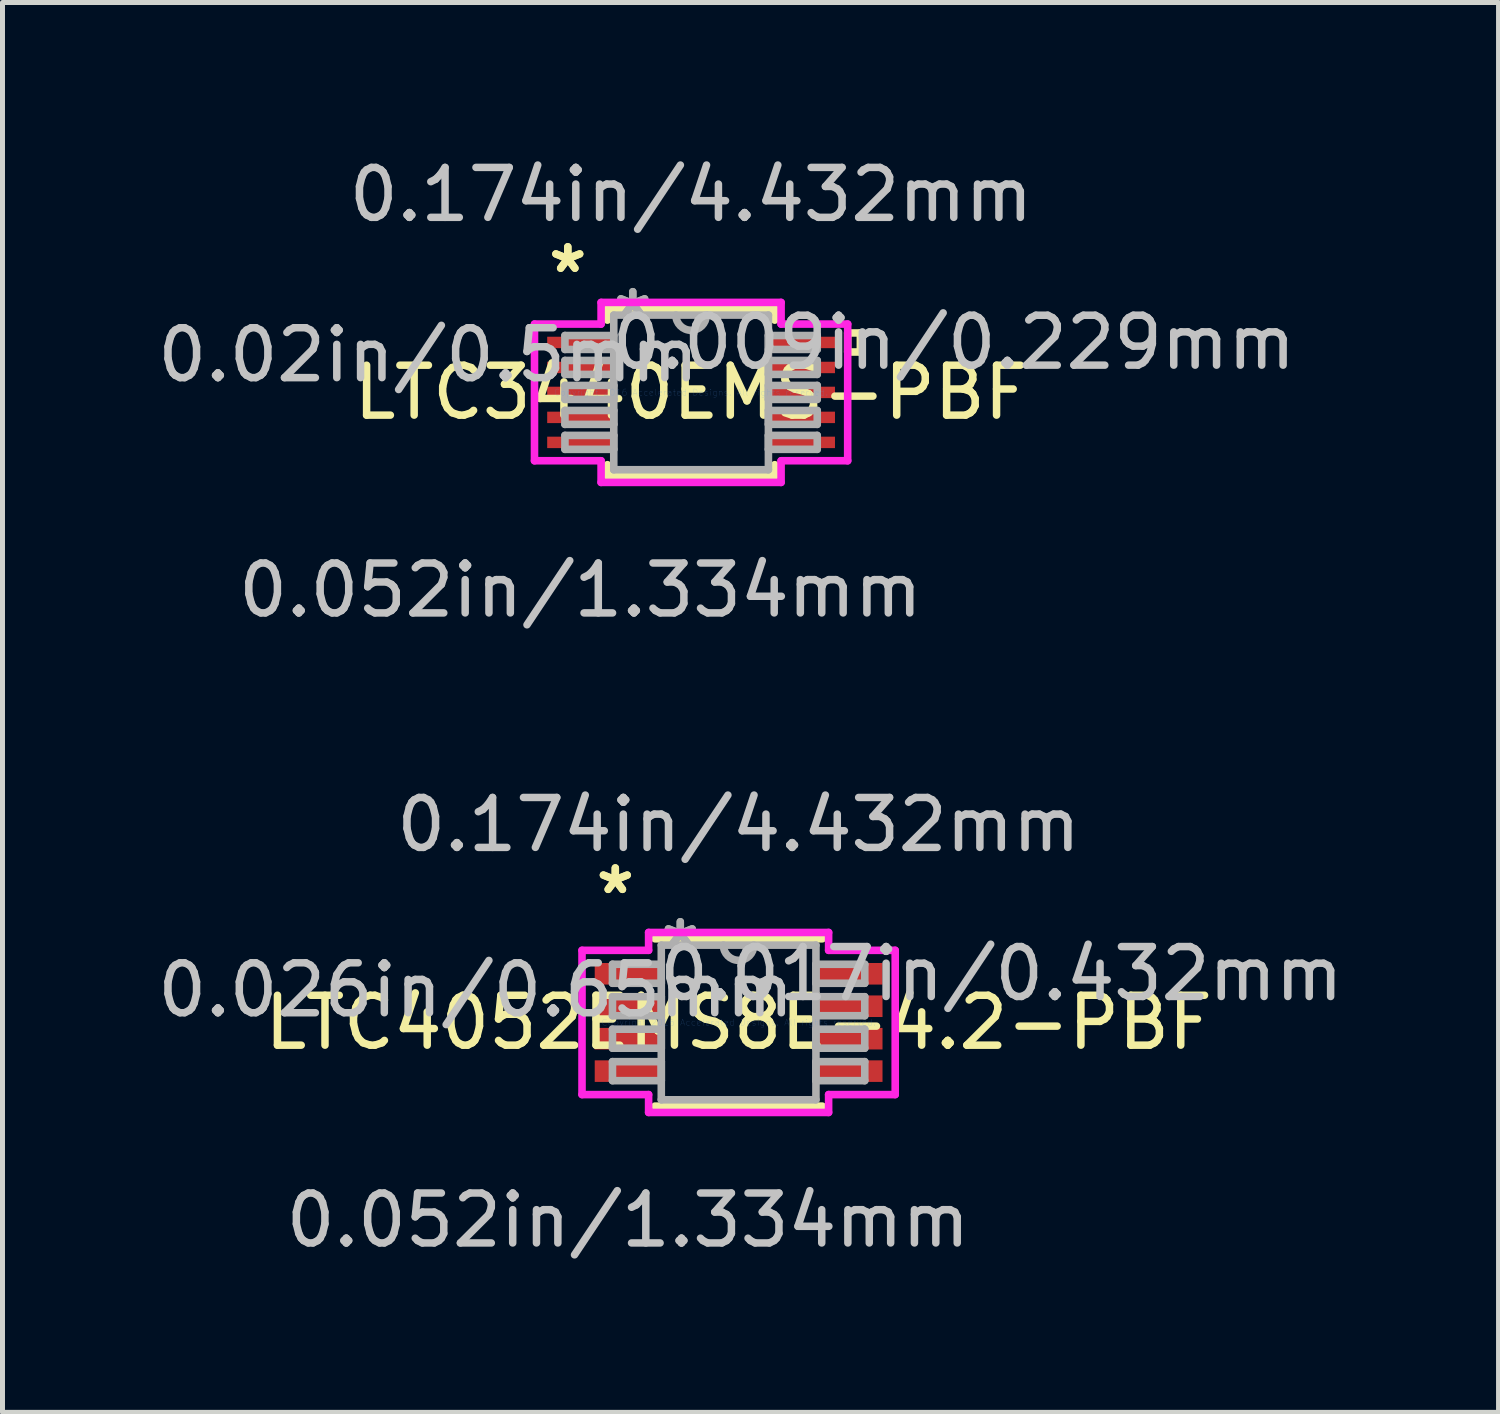
<source format=kicad_pcb>
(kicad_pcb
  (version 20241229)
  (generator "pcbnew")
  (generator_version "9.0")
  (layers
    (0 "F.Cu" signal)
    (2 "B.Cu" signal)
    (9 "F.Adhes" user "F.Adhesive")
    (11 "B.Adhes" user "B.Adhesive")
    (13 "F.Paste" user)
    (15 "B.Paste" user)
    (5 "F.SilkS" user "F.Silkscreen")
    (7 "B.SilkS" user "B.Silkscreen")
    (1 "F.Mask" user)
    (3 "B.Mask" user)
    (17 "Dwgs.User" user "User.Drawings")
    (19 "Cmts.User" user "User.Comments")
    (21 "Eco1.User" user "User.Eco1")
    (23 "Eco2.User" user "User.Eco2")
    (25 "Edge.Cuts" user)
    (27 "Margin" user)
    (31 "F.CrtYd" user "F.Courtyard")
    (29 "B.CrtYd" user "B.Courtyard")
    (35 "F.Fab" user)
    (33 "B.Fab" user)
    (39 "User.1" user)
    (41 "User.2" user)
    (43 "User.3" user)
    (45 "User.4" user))
  (footprint "LTC3440EMS-PBF"
    (layer "F.Cu")
    (at 10.794 4.811)
    (property "Reference" "LTC3440EMS-PBF" (at 0 0 0) (layer "F.SilkS") (effects (font (size 1 1) (thickness 0.15))))
    (attr through_hole)
    (fp_line (start -1.676 -1.676) (end -1.676 -1.448) (stroke (width 0.152) (type solid)) (layer "F.SilkS"))
    (fp_line (start -1.676 1.448) (end -1.676 1.676) (stroke (width 0.152) (type solid)) (layer "F.SilkS"))
    (fp_line (start -1.676 1.676) (end 1.676 1.676) (stroke (width 0.152) (type solid)) (layer "F.SilkS"))
    (fp_line (start 1.676 -1.676) (end -1.676 -1.676) (stroke (width 0.152) (type solid)) (layer "F.SilkS"))
    (fp_line (start 1.676 -1.448) (end 1.676 -1.676) (stroke (width 0.152) (type solid)) (layer "F.SilkS"))
    (fp_line (start 1.676 1.676) (end 1.676 1.448) (stroke (width 0.152) (type solid)) (layer "F.SilkS"))
    (fp_line (start 3.137 -1.191) (end 3.391 -1.191) (stroke (width 0.152) (type solid)) (layer "F.SilkS"))
    (fp_line (start 3.137 -0.81) (end 3.137 -1.191) (stroke (width 0.152) (type solid)) (layer "F.SilkS"))
    (fp_line (start 3.391 -1.191) (end 3.391 -0.81) (stroke (width 0.152) (type solid)) (layer "F.SilkS"))
    (fp_line (start 3.391 -0.81) (end 3.137 -0.81) (stroke (width 0.152) (type solid)) (layer "F.SilkS"))
    (fp_line (start -3.137 -1.369) (end -1.803 -1.369) (stroke (width 0.152) (type solid)) (layer "F.CrtYd"))
    (fp_line (start -3.137 1.369) (end -3.137 -1.369) (stroke (width 0.152) (type solid)) (layer "F.CrtYd"))
    (fp_line (start -1.803 -1.803) (end 1.803 -1.803) (stroke (width 0.152) (type solid)) (layer "F.CrtYd"))
    (fp_line (start -1.803 -1.369) (end -1.803 -1.803) (stroke (width 0.152) (type solid)) (layer "F.CrtYd"))
    (fp_line (start -1.803 1.369) (end -3.137 1.369) (stroke (width 0.152) (type solid)) (layer "F.CrtYd"))
    (fp_line (start -1.803 1.803) (end -1.803 1.369) (stroke (width 0.152) (type solid)) (layer "F.CrtYd"))
    (fp_line (start 1.803 -1.803) (end 1.803 -1.369) (stroke (width 0.152) (type solid)) (layer "F.CrtYd"))
    (fp_line (start 1.803 -1.369) (end 3.137 -1.369) (stroke (width 0.152) (type solid)) (layer "F.CrtYd"))
    (fp_line (start 1.803 1.369) (end 1.803 1.803) (stroke (width 0.152) (type solid)) (layer "F.CrtYd"))
    (fp_line (start 1.803 1.803) (end -1.803 1.803) (stroke (width 0.152) (type solid)) (layer "F.CrtYd"))
    (fp_line (start 3.137 -1.369) (end 3.137 1.369) (stroke (width 0.152) (type solid)) (layer "F.CrtYd"))
    (fp_line (start 3.137 1.369) (end 1.803 1.369) (stroke (width 0.152) (type solid)) (layer "F.CrtYd"))
    (fp_line (start -2.527 -1.14) (end -2.527 -0.861) (stroke (width 0.152) (type solid)) (layer "F.Fab"))
    (fp_line (start -2.527 -0.861) (end -1.549 -0.861) (stroke (width 0.152) (type solid)) (layer "F.Fab"))
    (fp_line (start -2.527 -0.64) (end -2.527 -0.361) (stroke (width 0.152) (type solid)) (layer "F.Fab"))
    (fp_line (start -2.527 -0.361) (end -1.549 -0.361) (stroke (width 0.152) (type solid)) (layer "F.Fab"))
    (fp_line (start -2.527 -0.14) (end -2.527 0.14) (stroke (width 0.152) (type solid)) (layer "F.Fab"))
    (fp_line (start -2.527 0.14) (end -1.549 0.14) (stroke (width 0.152) (type solid)) (layer "F.Fab"))
    (fp_line (start -2.527 0.361) (end -2.527 0.64) (stroke (width 0.152) (type solid)) (layer "F.Fab"))
    (fp_line (start -2.527 0.64) (end -1.549 0.64) (stroke (width 0.152) (type solid)) (layer "F.Fab"))
    (fp_line (start -2.527 0.861) (end -2.527 1.14) (stroke (width 0.152) (type solid)) (layer "F.Fab"))
    (fp_line (start -2.527 1.14) (end -1.549 1.14) (stroke (width 0.152) (type solid)) (layer "F.Fab"))
    (fp_line (start -1.549 -1.549) (end -1.549 1.549) (stroke (width 0.152) (type solid)) (layer "F.Fab"))
    (fp_line (start -1.549 -1.14) (end -2.527 -1.14) (stroke (width 0.152) (type solid)) (layer "F.Fab"))
    (fp_line (start -1.549 -0.861) (end -1.549 -1.14) (stroke (width 0.152) (type solid)) (layer "F.Fab"))
    (fp_line (start -1.549 -0.64) (end -2.527 -0.64) (stroke (width 0.152) (type solid)) (layer "F.Fab"))
    (fp_line (start -1.549 -0.361) (end -1.549 -0.64) (stroke (width 0.152) (type solid)) (layer "F.Fab"))
    (fp_line (start -1.549 -0.14) (end -2.527 -0.14) (stroke (width 0.152) (type solid)) (layer "F.Fab"))
    (fp_line (start -1.549 0.14) (end -1.549 -0.14) (stroke (width 0.152) (type solid)) (layer "F.Fab"))
    (fp_line (start -1.549 0.361) (end -2.527 0.361) (stroke (width 0.152) (type solid)) (layer "F.Fab"))
    (fp_line (start -1.549 0.64) (end -1.549 0.361) (stroke (width 0.152) (type solid)) (layer "F.Fab"))
    (fp_line (start -1.549 0.861) (end -2.527 0.861) (stroke (width 0.152) (type solid)) (layer "F.Fab"))
    (fp_line (start -1.549 1.14) (end -1.549 0.861) (stroke (width 0.152) (type solid)) (layer "F.Fab"))
    (fp_line (start -1.549 1.549) (end 1.549 1.549) (stroke (width 0.152) (type solid)) (layer "F.Fab"))
    (fp_line (start 1.549 -1.549) (end -1.549 -1.549) (stroke (width 0.152) (type solid)) (layer "F.Fab"))
    (fp_line (start 1.549 -1.14) (end 1.549 -0.861) (stroke (width 0.152) (type solid)) (layer "F.Fab"))
    (fp_line (start 1.549 -0.861) (end 2.527 -0.861) (stroke (width 0.152) (type solid)) (layer "F.Fab"))
    (fp_line (start 1.549 -0.64) (end 1.549 -0.361) (stroke (width 0.152) (type solid)) (layer "F.Fab"))
    (fp_line (start 1.549 -0.361) (end 2.527 -0.361) (stroke (width 0.152) (type solid)) (layer "F.Fab"))
    (fp_line (start 1.549 -0.14) (end 1.549 0.14) (stroke (width 0.152) (type solid)) (layer "F.Fab"))
    (fp_line (start 1.549 0.14) (end 2.527 0.14) (stroke (width 0.152) (type solid)) (layer "F.Fab"))
    (fp_line (start 1.549 0.361) (end 1.549 0.64) (stroke (width 0.152) (type solid)) (layer "F.Fab"))
    (fp_line (start 1.549 0.64) (end 2.527 0.64) (stroke (width 0.152) (type solid)) (layer "F.Fab"))
    (fp_line (start 1.549 0.861) (end 1.549 1.14) (stroke (width 0.152) (type solid)) (layer "F.Fab"))
    (fp_line (start 1.549 1.14) (end 2.527 1.14) (stroke (width 0.152) (type solid)) (layer "F.Fab"))
    (fp_line (start 1.549 1.549) (end 1.549 -1.549) (stroke (width 0.152) (type solid)) (layer "F.Fab"))
    (fp_line (start 2.527 -1.14) (end 1.549 -1.14) (stroke (width 0.152) (type solid)) (layer "F.Fab"))
    (fp_line (start 2.527 -0.861) (end 2.527 -1.14) (stroke (width 0.152) (type solid)) (layer "F.Fab"))
    (fp_line (start 2.527 -0.64) (end 1.549 -0.64) (stroke (width 0.152) (type solid)) (layer "F.Fab"))
    (fp_line (start 2.527 -0.361) (end 2.527 -0.64) (stroke (width 0.152) (type solid)) (layer "F.Fab"))
    (fp_line (start 2.527 -0.14) (end 1.549 -0.14) (stroke (width 0.152) (type solid)) (layer "F.Fab"))
    (fp_line (start 2.527 0.14) (end 2.527 -0.14) (stroke (width 0.152) (type solid)) (layer "F.Fab"))
    (fp_line (start 2.527 0.361) (end 1.549 0.361) (stroke (width 0.152) (type solid)) (layer "F.Fab"))
    (fp_line (start 2.527 0.64) (end 2.527 0.361) (stroke (width 0.152) (type solid)) (layer "F.Fab"))
    (fp_line (start 2.527 0.861) (end 1.549 0.861) (stroke (width 0.152) (type solid)) (layer "F.Fab"))
    (fp_line (start 2.527 1.14) (end 2.527 0.861) (stroke (width 0.152) (type solid)) (layer "F.Fab"))
    (fp_arc (start 0.3048 -1.5494) (mid 0 -1.2446) (end -0.3048 -1.5494) (stroke (width 0.1524) (type solid)) (layer "F.Fab"))
    (fp_text user "*" (at -2.47 -2.372 0) (layer "F.SilkS") (effects (font (size 1 1) (thickness 0.15))))
    (fp_text user "*" (at -2.47 -2.372 0) (layer "F.SilkS") (effects (font (size 1 1) (thickness 0.15))))
    (fp_text user "0.174in/4.432mm" (at 0 -3.962 0) (layer "Dwgs.User") (effects (font (size 1 1) (thickness 0.15))))
    (fp_text user "0.052in/1.334mm" (at -2.216 3.962 0) (layer "Dwgs.User") (effects (font (size 1 1) (thickness 0.15))))
    (fp_text user "0.009in/0.229mm" (at 5.264 -1.001 0) (layer "Dwgs.User") (effects (font (size 1 1) (thickness 0.15))))
    (fp_text user "0.02in/0.5mm" (at -5.264 -0.751 0) (layer "Dwgs.User") (effects (font (size 1 1) (thickness 0.15))))
    (fp_text user "Copyright 2016 Accelerated Designs. All rights reserved." (at 0 0 0) (layer "Cmts.User") (effects (font (size 0.127 0.127) (thickness 0.002))))
    (fp_text user "*" (at -1.168 -1.473 0) (layer "F.Fab") (effects (font (size 1 1) (thickness 0.15))))
    (fp_text user "*" (at -1.168 -1.473 0) (layer "F.Fab") (effects (font (size 1 1) (thickness 0.15))))
    (pad "1" smd rect (at -2.216 -1.001) (size 1.333 0.229) (layers "F.Cu" "F.Mask" "F.Paste"))
    (pad "2" smd rect (at -2.216 -0.5) (size 1.333 0.229) (layers "F.Cu" "F.Mask" "F.Paste"))
    (pad "3" smd rect (at -2.216 0) (size 1.333 0.229) (layers "F.Cu" "F.Mask" "F.Paste"))
    (pad "4" smd rect (at -2.216 0.5) (size 1.333 0.229) (layers "F.Cu" "F.Mask" "F.Paste"))
    (pad "5" smd rect (at -2.216 1.001) (size 1.333 0.229) (layers "F.Cu" "F.Mask" "F.Paste"))
    (pad "6" smd rect (at 2.216 1.001) (size 1.333 0.229) (layers "F.Cu" "F.Mask" "F.Paste"))
    (pad "7" smd rect (at 2.216 0.5) (size 1.333 0.229) (layers "F.Cu" "F.Mask" "F.Paste"))
    (pad "8" smd rect (at 2.216 0) (size 1.333 0.229) (layers "F.Cu" "F.Mask" "F.Paste"))
    (pad "9" smd rect (at 2.216 -0.5) (size 1.333 0.229) (layers "F.Cu" "F.Mask" "F.Paste"))
    (pad "10" smd rect (at 2.216 -1.001) (size 1.333 0.229) (layers "F.Cu" "F.Mask" "F.Paste")))
  (footprint "LTC4052EMS8E-4.2-PBF"
    (layer "F.Cu")
    (at 11.746 17.432)
    (property "Reference" "LTC4052EMS8E-4.2-PBF" (at 0 0 0) (layer "F.SilkS") (effects (font (size 1 1) (thickness 0.15))))
    (attr through_hole)
    (fp_line (start -1.676 1.676) (end 1.676 1.676) (stroke (width 0.152) (type solid)) (layer "F.SilkS"))
    (fp_line (start 1.676 -1.676) (end -1.676 -1.676) (stroke (width 0.152) (type solid)) (layer "F.SilkS"))
    (fp_line (start -3.137 -1.445) (end -1.803 -1.445) (stroke (width 0.152) (type solid)) (layer "F.CrtYd"))
    (fp_line (start -3.137 1.445) (end -3.137 -1.445) (stroke (width 0.152) (type solid)) (layer "F.CrtYd"))
    (fp_line (start -1.803 -1.803) (end 1.803 -1.803) (stroke (width 0.152) (type solid)) (layer "F.CrtYd"))
    (fp_line (start -1.803 -1.445) (end -1.803 -1.803) (stroke (width 0.152) (type solid)) (layer "F.CrtYd"))
    (fp_line (start -1.803 1.445) (end -3.137 1.445) (stroke (width 0.152) (type solid)) (layer "F.CrtYd"))
    (fp_line (start -1.803 1.803) (end -1.803 1.445) (stroke (width 0.152) (type solid)) (layer "F.CrtYd"))
    (fp_line (start 1.803 -1.803) (end 1.803 -1.445) (stroke (width 0.152) (type solid)) (layer "F.CrtYd"))
    (fp_line (start 1.803 -1.445) (end 3.137 -1.445) (stroke (width 0.152) (type solid)) (layer "F.CrtYd"))
    (fp_line (start 1.803 1.445) (end 1.803 1.803) (stroke (width 0.152) (type solid)) (layer "F.CrtYd"))
    (fp_line (start 1.803 1.803) (end -1.803 1.803) (stroke (width 0.152) (type solid)) (layer "F.CrtYd"))
    (fp_line (start 3.137 -1.445) (end 3.137 1.445) (stroke (width 0.152) (type solid)) (layer "F.CrtYd"))
    (fp_line (start 3.137 1.445) (end 1.803 1.445) (stroke (width 0.152) (type solid)) (layer "F.CrtYd"))
    (fp_line (start -2.527 -1.166) (end -2.527 -0.785) (stroke (width 0.152) (type solid)) (layer "F.Fab"))
    (fp_line (start -2.527 -0.785) (end -1.549 -0.785) (stroke (width 0.152) (type solid)) (layer "F.Fab"))
    (fp_line (start -2.527 -0.516) (end -2.527 -0.135) (stroke (width 0.152) (type solid)) (layer "F.Fab"))
    (fp_line (start -2.527 -0.135) (end -1.549 -0.135) (stroke (width 0.152) (type solid)) (layer "F.Fab"))
    (fp_line (start -2.527 0.135) (end -2.527 0.516) (stroke (width 0.152) (type solid)) (layer "F.Fab"))
    (fp_line (start -2.527 0.516) (end -1.549 0.516) (stroke (width 0.152) (type solid)) (layer "F.Fab"))
    (fp_line (start -2.527 0.785) (end -2.527 1.166) (stroke (width 0.152) (type solid)) (layer "F.Fab"))
    (fp_line (start -2.527 1.166) (end -1.549 1.166) (stroke (width 0.152) (type solid)) (layer "F.Fab"))
    (fp_line (start -1.549 -1.549) (end -1.549 1.549) (stroke (width 0.152) (type solid)) (layer "F.Fab"))
    (fp_line (start -1.549 -1.166) (end -2.527 -1.166) (stroke (width 0.152) (type solid)) (layer "F.Fab"))
    (fp_line (start -1.549 -0.785) (end -1.549 -1.166) (stroke (width 0.152) (type solid)) (layer "F.Fab"))
    (fp_line (start -1.549 -0.516) (end -2.527 -0.516) (stroke (width 0.152) (type solid)) (layer "F.Fab"))
    (fp_line (start -1.549 -0.135) (end -1.549 -0.516) (stroke (width 0.152) (type solid)) (layer "F.Fab"))
    (fp_line (start -1.549 0.135) (end -2.527 0.135) (stroke (width 0.152) (type solid)) (layer "F.Fab"))
    (fp_line (start -1.549 0.516) (end -1.549 0.135) (stroke (width 0.152) (type solid)) (layer "F.Fab"))
    (fp_line (start -1.549 0.785) (end -2.527 0.785) (stroke (width 0.152) (type solid)) (layer "F.Fab"))
    (fp_line (start -1.549 1.166) (end -1.549 0.785) (stroke (width 0.152) (type solid)) (layer "F.Fab"))
    (fp_line (start -1.549 1.549) (end 1.549 1.549) (stroke (width 0.152) (type solid)) (layer "F.Fab"))
    (fp_line (start 1.549 -1.549) (end -1.549 -1.549) (stroke (width 0.152) (type solid)) (layer "F.Fab"))
    (fp_line (start 1.549 -1.166) (end 1.549 -0.785) (stroke (width 0.152) (type solid)) (layer "F.Fab"))
    (fp_line (start 1.549 -0.785) (end 2.527 -0.785) (stroke (width 0.152) (type solid)) (layer "F.Fab"))
    (fp_line (start 1.549 -0.516) (end 1.549 -0.135) (stroke (width 0.152) (type solid)) (layer "F.Fab"))
    (fp_line (start 1.549 -0.135) (end 2.527 -0.135) (stroke (width 0.152) (type solid)) (layer "F.Fab"))
    (fp_line (start 1.549 0.135) (end 1.549 0.516) (stroke (width 0.152) (type solid)) (layer "F.Fab"))
    (fp_line (start 1.549 0.516) (end 2.527 0.516) (stroke (width 0.152) (type solid)) (layer "F.Fab"))
    (fp_line (start 1.549 0.785) (end 1.549 1.166) (stroke (width 0.152) (type solid)) (layer "F.Fab"))
    (fp_line (start 1.549 1.166) (end 2.527 1.166) (stroke (width 0.152) (type solid)) (layer "F.Fab"))
    (fp_line (start 1.549 1.549) (end 1.549 -1.549) (stroke (width 0.152) (type solid)) (layer "F.Fab"))
    (fp_line (start 2.527 -1.166) (end 1.549 -1.166) (stroke (width 0.152) (type solid)) (layer "F.Fab"))
    (fp_line (start 2.527 -0.785) (end 2.527 -1.166) (stroke (width 0.152) (type solid)) (layer "F.Fab"))
    (fp_line (start 2.527 -0.516) (end 1.549 -0.516) (stroke (width 0.152) (type solid)) (layer "F.Fab"))
    (fp_line (start 2.527 -0.135) (end 2.527 -0.516) (stroke (width 0.152) (type solid)) (layer "F.Fab"))
    (fp_line (start 2.527 0.135) (end 1.549 0.135) (stroke (width 0.152) (type solid)) (layer "F.Fab"))
    (fp_line (start 2.527 0.516) (end 2.527 0.135) (stroke (width 0.152) (type solid)) (layer "F.Fab"))
    (fp_line (start 2.527 0.785) (end 1.549 0.785) (stroke (width 0.152) (type solid)) (layer "F.Fab"))
    (fp_line (start 2.527 1.166) (end 2.527 0.785) (stroke (width 0.152) (type solid)) (layer "F.Fab"))
    (fp_arc (start 0.3048 -1.5494) (mid 0 -1.2446) (end -0.3048 -1.5494) (stroke (width 0.1524) (type solid)) (layer "F.Fab"))
    (fp_text user "*" (at -2.47 -2.55 0) (layer "F.SilkS") (effects (font (size 1 1) (thickness 0.15))))
    (fp_text user "*" (at -2.47 -2.55 0) (layer "F.SilkS") (effects (font (size 1 1) (thickness 0.15))))
    (fp_text user "0.017in/0.432mm" (at 5.264 -0.975 0) (layer "Dwgs.User") (effects (font (size 1 1) (thickness 0.15))))
    (fp_text user "0.026in/0.65mm" (at -5.264 -0.65 0) (layer "Dwgs.User") (effects (font (size 1 1) (thickness 0.15))))
    (fp_text user "0.052in/1.334mm" (at -2.216 3.962 0) (layer "Dwgs.User") (effects (font (size 1 1) (thickness 0.15))))
    (fp_text user "0.174in/4.432mm" (at 0 -3.962 0) (layer "Dwgs.User") (effects (font (size 1 1) (thickness 0.15))))
    (fp_text user "Copyright 2016 Accelerated Designs. All rights reserved." (at 0 0 0) (layer "Cmts.User") (effects (font (size 0.127 0.127) (thickness 0.002))))
    (fp_text user "*" (at -1.168 -1.473 0) (layer "F.Fab") (effects (font (size 1 1) (thickness 0.15))))
    (fp_text user "*" (at -1.168 -1.473 0) (layer "F.Fab") (effects (font (size 1 1) (thickness 0.15))))
    (pad "1" smd rect (at -2.216 -0.975) (size 1.333 0.432) (layers "F.Cu" "F.Mask" "F.Paste"))
    (pad "2" smd rect (at -2.216 -0.325) (size 1.333 0.432) (layers "F.Cu" "F.Mask" "F.Paste"))
    (pad "3" smd rect (at -2.216 0.325) (size 1.333 0.432) (layers "F.Cu" "F.Mask" "F.Paste"))
    (pad "4" smd rect (at -2.216 0.975) (size 1.333 0.432) (layers "F.Cu" "F.Mask" "F.Paste"))
    (pad "5" smd rect (at 2.216 0.975) (size 1.333 0.432) (layers "F.Cu" "F.Mask" "F.Paste"))
    (pad "6" smd rect (at 2.216 0.325) (size 1.333 0.432) (layers "F.Cu" "F.Mask" "F.Paste"))
    (pad "7" smd rect (at 2.216 -0.325) (size 1.333 0.432) (layers "F.Cu" "F.Mask" "F.Paste"))
    (pad "8" smd rect (at 2.216 -0.975) (size 1.333 0.432) (layers "F.Cu" "F.Mask" "F.Paste")))
  (gr_rect
    (start -3 -3)
    (end 26.969 25.243)
    (stroke (width 0.1) (type default))
    (fill no)
    (layer "Edge.Cuts")))
</source>
